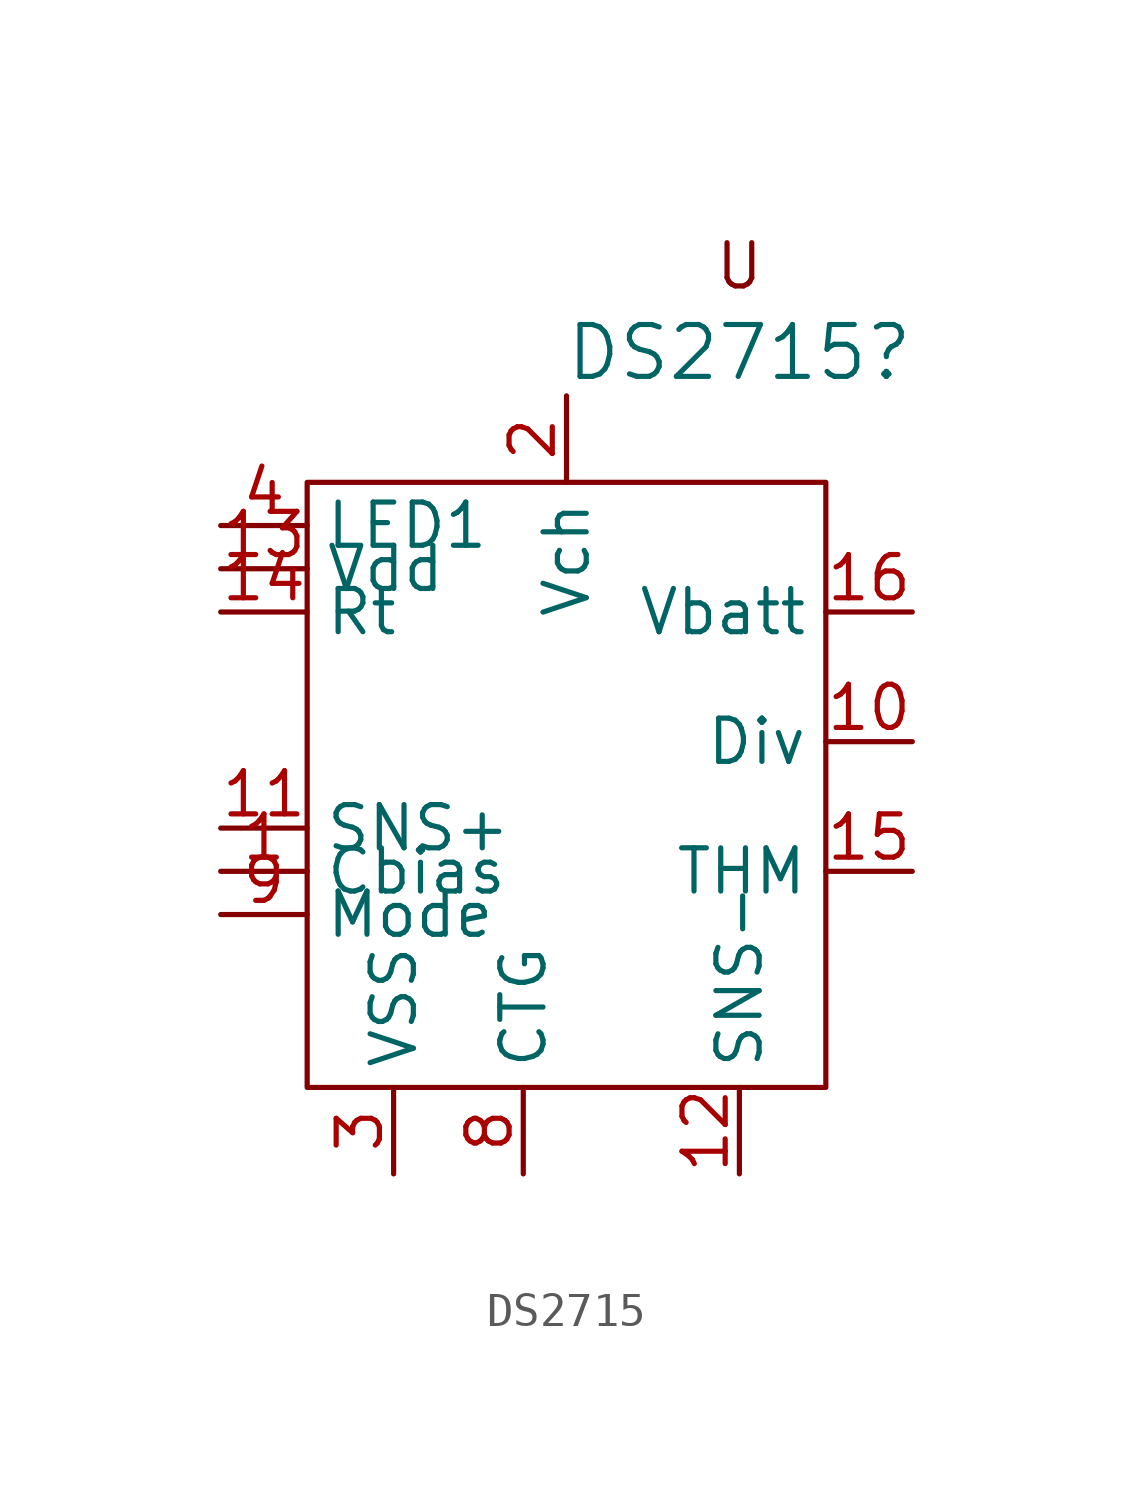
<source format=kicad_sym>
(kicad_symbol_lib
  (version 20220914)
  (generator kicad_symbol_editor)
  (symbol "DS2715"
    (property "Reference" "DS2715"
      (at 5.08 12.7 0)
      (effects (font (size 1.524 1.524))))
    (property "Value" ""
      (at 0 10.16 0)
      (effects (font (size 1.27 1.27))))
    (symbol "DS2715_0_1"
      (rectangle (start -7.62 8.89) (end 7.62 -8.89) (stroke (width 0) (type default)) (fill (type none)))
      (text "U" (at 5.08 15.24 0) (effects (font (size 1.27 1.27)))))
    (symbol "DS2715_1_1"
      (pin input line (at -10.16 -2.54 0) (length 2.54) (name "Cbias" (effects (font (size 1.27 1.27)))) (number "1" (effects (font (size 1.27 1.27)))))
      (pin input line (at 10.16 1.27 180) (length 2.54) (name "Div" (effects (font (size 1.27 1.27)))) (number "10" (effects (font (size 1.27 1.27)))))
      (pin input line (at -10.16 -1.27 0) (length 2.54) (name "SNS+" (effects (font (size 1.27 1.27)))) (number "11" (effects (font (size 1.27 1.27)))))
      (pin input line (at 5.08 -11.43 90) (length 2.54) (name "SNS-" (effects (font (size 1.27 1.27)))) (number "12" (effects (font (size 1.27 1.27)))))
      (pin input line (at -10.16 6.35 0) (length 2.54) (name "Vdd" (effects (font (size 1.27 1.27)))) (number "13" (effects (font (size 1.27 1.27)))))
      (pin input line (at -10.16 5.08 0) (length 2.54) (name "Rt" (effects (font (size 1.27 1.27)))) (number "14" (effects (font (size 1.27 1.27)))))
      (pin input line (at 10.16 -2.54 180) (length 2.54) (name "THM" (effects (font (size 1.27 1.27)))) (number "15" (effects (font (size 1.27 1.27)))))
      (pin input line (at 10.16 5.08 180) (length 2.54) (name "Vbatt" (effects (font (size 1.27 1.27)))) (number "16" (effects (font (size 1.27 1.27)))))
      (pin input line (at 0 11.43 270) (length 2.54) (name "Vch" (effects (font (size 1.27 1.27)))) (number "2" (effects (font (size 1.27 1.27)))))
      (pin input line (at -5.08 -11.43 90) (length 2.54) (name "VSS" (effects (font (size 1.27 1.27)))) (number "3" (effects (font (size 1.27 1.27)))))
      (pin input line (at -10.16 7.62 0) (length 2.54) (name "LED1" (effects (font (size 1.27 1.27)))) (number "4" (effects (font (size 1.27 1.27)))))
      (pin input line (at -1.27 -11.43 90) (length 2.54) (name "CTG" (effects (font (size 1.27 1.27)))) (number "8" (effects (font (size 1.27 1.27)))))
      (pin input line (at -10.16 -3.81 0) (length 2.54) (name "Mode" (effects (font (size 1.27 1.27)))) (number "9" (effects (font (size 1.27 1.27))))))))
</source>
